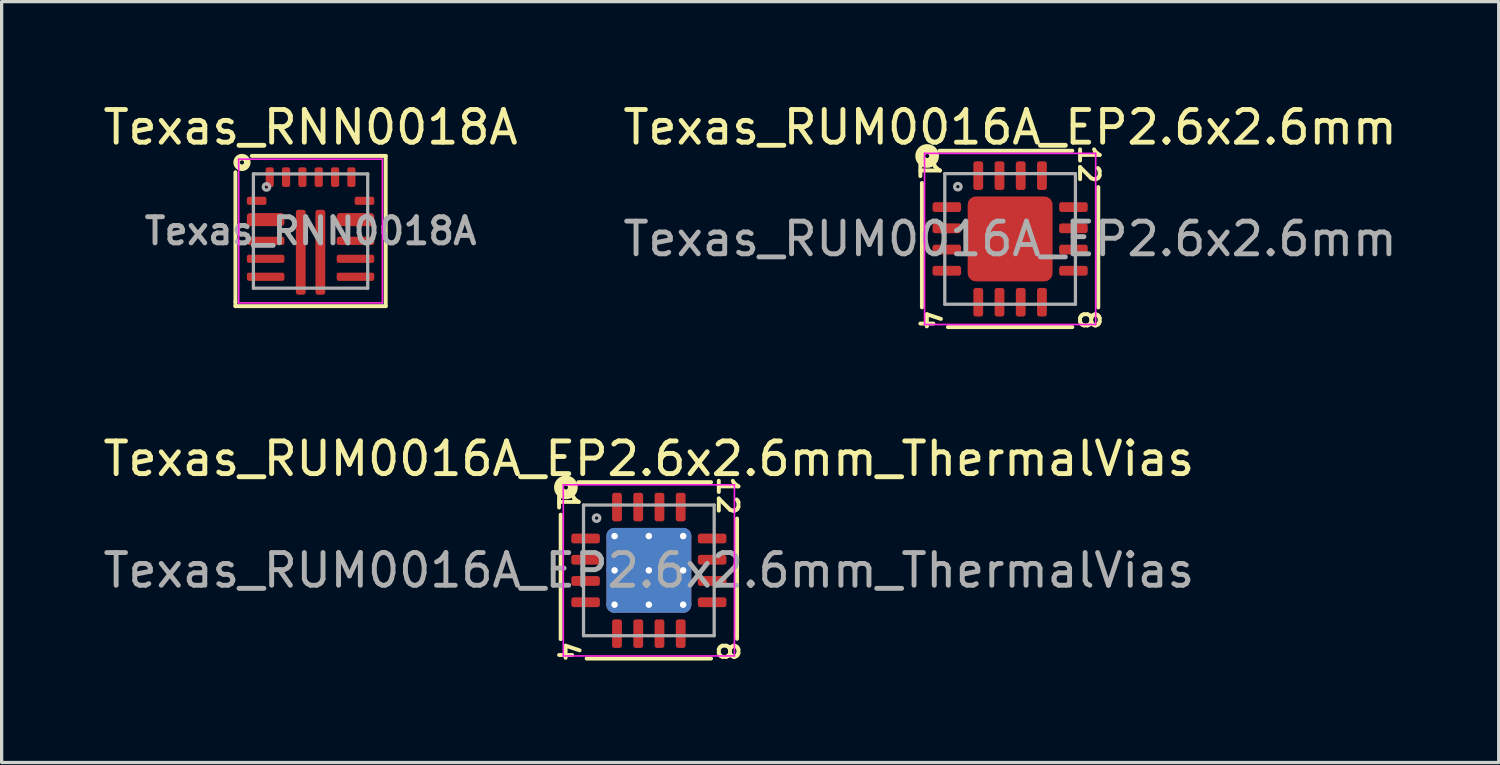
<source format=kicad_pcb>
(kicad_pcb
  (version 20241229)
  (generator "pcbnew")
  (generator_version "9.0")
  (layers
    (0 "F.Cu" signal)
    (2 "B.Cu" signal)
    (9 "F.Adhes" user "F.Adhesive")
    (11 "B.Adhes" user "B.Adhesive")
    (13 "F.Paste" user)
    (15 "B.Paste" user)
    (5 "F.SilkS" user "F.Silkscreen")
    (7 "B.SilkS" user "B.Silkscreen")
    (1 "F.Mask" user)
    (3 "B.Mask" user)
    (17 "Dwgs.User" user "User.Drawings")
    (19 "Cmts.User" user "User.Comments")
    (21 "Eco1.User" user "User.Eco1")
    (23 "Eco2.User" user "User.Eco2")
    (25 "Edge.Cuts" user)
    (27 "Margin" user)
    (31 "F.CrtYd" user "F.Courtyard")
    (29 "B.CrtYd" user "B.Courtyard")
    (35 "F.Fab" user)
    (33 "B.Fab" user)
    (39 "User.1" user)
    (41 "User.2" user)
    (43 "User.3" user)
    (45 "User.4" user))
  (footprint "Texas_RUM0016A_EP2.6x2.6mm"
    (layer "F.Cu")
    (at 27.875 4.265)
    (property "Reference" "Texas_RUM0016A_EP2.6x2.6mm" (at 0 -3.417 0) (layer "F.SilkS") (effects (font (size 1 1) (thickness 0.15))))
    (attr smd)
    (fp_line (start -2.7 -1.714) (end -2.7 2.095) (stroke (width 0.12) (type solid)) (layer "F.SilkS"))
    (fp_line (start -1.905 2.7) (end 1.905 2.7) (stroke (width 0.12) (type solid)) (layer "F.SilkS"))
    (fp_line (start 1.905 -2.7) (end -2.159 -2.7) (stroke (width 0.12) (type solid)) (layer "F.SilkS"))
    (fp_line (start 2.7 2.095) (end 2.7 -1.587) (stroke (width 0.12) (type solid)) (layer "F.SilkS"))
    (fp_circle (center -2.54 -2.54) (end -2.477 -2.54) (stroke (width 0.3) (type solid)) (fill no) (layer "F.SilkS"))
    (fp_line (start -2.62 -2.62) (end -2.62 2.62) (stroke (width 0.05) (type solid)) (layer "F.CrtYd"))
    (fp_line (start -2.62 2.62) (end 2.62 2.62) (stroke (width 0.05) (type solid)) (layer "F.CrtYd"))
    (fp_line (start 2.62 -2.62) (end -2.62 -2.62) (stroke (width 0.05) (type solid)) (layer "F.CrtYd"))
    (fp_line (start 2.62 2.62) (end 2.62 -2.62) (stroke (width 0.05) (type solid)) (layer "F.CrtYd"))
    (fp_line (start -2 -2) (end 2 -2) (stroke (width 0.1) (type solid)) (layer "F.Fab"))
    (fp_line (start -2 2) (end -2 -2) (stroke (width 0.1) (type solid)) (layer "F.Fab"))
    (fp_line (start 2 -2) (end 2 2) (stroke (width 0.1) (type solid)) (layer "F.Fab"))
    (fp_line (start 2 2) (end -2 2) (stroke (width 0.1) (type solid)) (layer "F.Fab"))
    (fp_circle (center -1.6 -1.6) (end -1.5 -1.6) (stroke (width 0.1) (type solid)) (fill no) (layer "F.Fab"))
    (fp_text user "4" (at -2.477 2.477 270) (unlocked yes) (layer "F.SilkS") (effects (font (size 0.6 0.6) (thickness 0.12))))
    (fp_text user "8" (at 2.413 2.477 270) (unlocked yes) (layer "F.SilkS") (effects (font (size 0.6 0.6) (thickness 0.12))))
    (fp_text user "1" (at -2.477 -2.095 270) (unlocked yes) (layer "F.SilkS") (effects (font (size 0.6 0.6) (thickness 0.12))))
    (fp_text user "12" (at 2.413 -2.286 270) (unlocked yes) (layer "F.SilkS") (effects (font (size 0.6 0.6) (thickness 0.12))))
    (fp_text user "${REFERENCE}" (at 0 0 0) (layer "F.Fab") (effects (font (size 1 1) (thickness 0.15))))
    (pad "" smd roundrect (at -0.65 -0.65) (size 1.05 1.05) (layers "F.Paste") (roundrect_rratio 0.238))
    (pad "" smd roundrect (at -0.65 0.65) (size 1.05 1.05) (layers "F.Paste") (roundrect_rratio 0.238))
    (pad "" smd roundrect (at 0.65 -0.65) (size 1.05 1.05) (layers "F.Paste") (roundrect_rratio 0.238))
    (pad "" smd roundrect (at 0.65 0.65) (size 1.05 1.05) (layers "F.Paste") (roundrect_rratio 0.238))
    (pad "1" smd roundrect (at -1.938 -0.975) (size 0.875 0.3) (layers "F.Cu" "F.Mask" "F.Paste") (roundrect_rratio 0.25))
    (pad "2" smd roundrect (at -1.938 -0.325) (size 0.875 0.3) (layers "F.Cu" "F.Mask" "F.Paste") (roundrect_rratio 0.25))
    (pad "3" smd roundrect (at -1.938 0.325) (size 0.875 0.3) (layers "F.Cu" "F.Mask" "F.Paste") (roundrect_rratio 0.25))
    (pad "4" smd roundrect (at -1.938 0.975) (size 0.875 0.3) (layers "F.Cu" "F.Mask" "F.Paste") (roundrect_rratio 0.25))
    (pad "5" smd roundrect (at -0.975 1.938) (size 0.3 0.875) (layers "F.Cu" "F.Mask" "F.Paste") (roundrect_rratio 0.25))
    (pad "6" smd roundrect (at -0.325 1.938) (size 0.3 0.875) (layers "F.Cu" "F.Mask" "F.Paste") (roundrect_rratio 0.25))
    (pad "7" smd roundrect (at 0.325 1.938) (size 0.3 0.875) (layers "F.Cu" "F.Mask" "F.Paste") (roundrect_rratio 0.25))
    (pad "8" smd roundrect (at 0.975 1.938) (size 0.3 0.875) (layers "F.Cu" "F.Mask" "F.Paste") (roundrect_rratio 0.25))
    (pad "9" smd roundrect (at 1.938 0.975) (size 0.875 0.3) (layers "F.Cu" "F.Mask" "F.Paste") (roundrect_rratio 0.25))
    (pad "10" smd roundrect (at 1.938 0.325) (size 0.875 0.3) (layers "F.Cu" "F.Mask" "F.Paste") (roundrect_rratio 0.25))
    (pad "11" smd roundrect (at 1.938 -0.325) (size 0.875 0.3) (layers "F.Cu" "F.Mask" "F.Paste") (roundrect_rratio 0.25))
    (pad "12" smd roundrect (at 1.938 -0.975) (size 0.875 0.3) (layers "F.Cu" "F.Mask" "F.Paste") (roundrect_rratio 0.25))
    (pad "13" smd roundrect (at 0.975 -1.938) (size 0.3 0.875) (layers "F.Cu" "F.Mask" "F.Paste") (roundrect_rratio 0.25))
    (pad "14" smd roundrect (at 0.325 -1.938) (size 0.3 0.875) (layers "F.Cu" "F.Mask" "F.Paste") (roundrect_rratio 0.25))
    (pad "15" smd roundrect (at -0.325 -1.938) (size 0.3 0.875) (layers "F.Cu" "F.Mask" "F.Paste") (roundrect_rratio 0.25))
    (pad "16" smd roundrect (at -0.975 -1.938) (size 0.3 0.875) (layers "F.Cu" "F.Mask" "F.Paste") (roundrect_rratio 0.25))
    (pad "17" smd roundrect (at 0 0) (size 2.6 2.6) (layers "F.Cu" "F.Mask") (roundrect_rratio 0.096)))
  (footprint "Texas_RUM0016A_EP2.6x2.6mm_ThermalVias"
    (layer "F.Cu")
    (at 16.815 14.412)
    (property "Reference" "Texas_RUM0016A_EP2.6x2.6mm_ThermalVias" (at 0 -3.417 0) (layer "F.SilkS") (effects (font (size 1 1) (thickness 0.15))))
    (attr smd)
    (fp_line (start -2.7 -1.705) (end -2.7 2.105) (stroke (width 0.12) (type solid)) (layer "F.SilkS"))
    (fp_line (start -1.905 2.7) (end 1.905 2.7) (stroke (width 0.12) (type solid)) (layer "F.SilkS"))
    (fp_line (start 1.905 -2.7) (end -2.159 -2.7) (stroke (width 0.12) (type solid)) (layer "F.SilkS"))
    (fp_line (start 2.7 2.095) (end 2.7 -1.587) (stroke (width 0.12) (type solid)) (layer "F.SilkS"))
    (fp_circle (center -2.54 -2.54) (end -2.477 -2.54) (stroke (width 0.3) (type solid)) (fill no) (layer "F.SilkS"))
    (fp_line (start -2.62 -2.62) (end -2.62 2.62) (stroke (width 0.05) (type solid)) (layer "F.CrtYd"))
    (fp_line (start -2.62 2.62) (end 2.62 2.62) (stroke (width 0.05) (type solid)) (layer "F.CrtYd"))
    (fp_line (start 2.62 -2.62) (end -2.62 -2.62) (stroke (width 0.05) (type solid)) (layer "F.CrtYd"))
    (fp_line (start 2.62 2.62) (end 2.62 -2.62) (stroke (width 0.05) (type solid)) (layer "F.CrtYd"))
    (fp_line (start -2 -2) (end 2 -2) (stroke (width 0.1) (type solid)) (layer "F.Fab"))
    (fp_line (start -2 2) (end -2 -2) (stroke (width 0.1) (type solid)) (layer "F.Fab"))
    (fp_line (start 2 -2) (end 2 2) (stroke (width 0.1) (type solid)) (layer "F.Fab"))
    (fp_line (start 2 2) (end -2 2) (stroke (width 0.1) (type solid)) (layer "F.Fab"))
    (fp_circle (center -1.6 -1.6) (end -1.5 -1.6) (stroke (width 0.1) (type solid)) (fill no) (layer "F.Fab"))
    (fp_text user "4" (at -2.477 2.477 270) (unlocked yes) (layer "F.SilkS") (effects (font (size 0.6 0.6) (thickness 0.12))))
    (fp_text user "12" (at 2.413 -2.286 270) (unlocked yes) (layer "F.SilkS") (effects (font (size 0.6 0.6) (thickness 0.12))))
    (fp_text user "1" (at -2.477 -2.095 270) (unlocked yes) (layer "F.SilkS") (effects (font (size 0.6 0.6) (thickness 0.12))))
    (fp_text user "8" (at 2.413 2.477 270) (unlocked yes) (layer "F.SilkS") (effects (font (size 0.6 0.6) (thickness 0.12))))
    (fp_text user "${REFERENCE}" (at 0 0 0) (layer "F.Fab") (effects (font (size 1 1) (thickness 0.15))))
    (pad "" smd roundrect (at -0.65 -0.65) (size 1.09 1.09) (layers "F.Paste") (roundrect_rratio 0.229))
    (pad "" smd roundrect (at -0.65 0.65) (size 1.09 1.09) (layers "F.Paste") (roundrect_rratio 0.229))
    (pad "" smd roundrect (at 0.65 -0.65) (size 1.09 1.09) (layers "F.Paste") (roundrect_rratio 0.229))
    (pad "" smd roundrect (at 0.65 0.65) (size 1.09 1.09) (layers "F.Paste") (roundrect_rratio 0.229))
    (pad "1" smd roundrect (at -1.938 -0.975) (size 0.875 0.3) (layers "F.Cu" "F.Mask" "F.Paste") (roundrect_rratio 0.25))
    (pad "2" smd roundrect (at -1.938 -0.325) (size 0.875 0.3) (layers "F.Cu" "F.Mask" "F.Paste") (roundrect_rratio 0.25))
    (pad "3" smd roundrect (at -1.938 0.325) (size 0.875 0.3) (layers "F.Cu" "F.Mask" "F.Paste") (roundrect_rratio 0.25))
    (pad "4" smd roundrect (at -1.938 0.975) (size 0.875 0.3) (layers "F.Cu" "F.Mask" "F.Paste") (roundrect_rratio 0.25))
    (pad "5" smd roundrect (at -0.975 1.938) (size 0.3 0.875) (layers "F.Cu" "F.Mask" "F.Paste") (roundrect_rratio 0.25))
    (pad "6" smd roundrect (at -0.325 1.938) (size 0.3 0.875) (layers "F.Cu" "F.Mask" "F.Paste") (roundrect_rratio 0.25))
    (pad "7" smd roundrect (at 0.325 1.938) (size 0.3 0.875) (layers "F.Cu" "F.Mask" "F.Paste") (roundrect_rratio 0.25))
    (pad "8" smd roundrect (at 0.975 1.938) (size 0.3 0.875) (layers "F.Cu" "F.Mask" "F.Paste") (roundrect_rratio 0.25))
    (pad "9" smd roundrect (at 1.938 0.975) (size 0.875 0.3) (layers "F.Cu" "F.Mask" "F.Paste") (roundrect_rratio 0.25))
    (pad "10" smd roundrect (at 1.938 0.325) (size 0.875 0.3) (layers "F.Cu" "F.Mask" "F.Paste") (roundrect_rratio 0.25))
    (pad "11" smd roundrect (at 1.938 -0.325) (size 0.875 0.3) (layers "F.Cu" "F.Mask" "F.Paste") (roundrect_rratio 0.25))
    (pad "12" smd roundrect (at 1.938 -0.975) (size 0.875 0.3) (layers "F.Cu" "F.Mask" "F.Paste") (roundrect_rratio 0.25))
    (pad "13" smd roundrect (at 0.975 -1.938) (size 0.3 0.875) (layers "F.Cu" "F.Mask" "F.Paste") (roundrect_rratio 0.25))
    (pad "14" smd roundrect (at 0.325 -1.938) (size 0.3 0.875) (layers "F.Cu" "F.Mask" "F.Paste") (roundrect_rratio 0.25))
    (pad "15" smd roundrect (at -0.325 -1.938) (size 0.3 0.875) (layers "F.Cu" "F.Mask" "F.Paste") (roundrect_rratio 0.25))
    (pad "16" smd roundrect (at -0.975 -1.938) (size 0.3 0.875) (layers "F.Cu" "F.Mask" "F.Paste") (roundrect_rratio 0.25))
    (pad "17" thru_hole circle (at -1.05 -1.05) (size 0.5 0.5) (drill 0.2) (property pad_prop_heatsink) (layers "*.Cu"))
    (pad "17" thru_hole circle (at -1.05 0) (size 0.5 0.5) (drill 0.2) (property pad_prop_heatsink) (layers "*.Cu"))
    (pad "17" thru_hole circle (at -1.05 1.05) (size 0.5 0.5) (drill 0.2) (property pad_prop_heatsink) (layers "*.Cu"))
    (pad "17" thru_hole circle (at 0 -1.05) (size 0.5 0.5) (drill 0.2) (property pad_prop_heatsink) (layers "*.Cu"))
    (pad "17" thru_hole circle (at 0 0) (size 0.5 0.5) (drill 0.2) (property pad_prop_heatsink) (layers "*.Cu"))
    (pad "17" smd roundrect (at 0 0) (size 2.6 2.6) (layers "F.Cu" "F.Mask") (roundrect_rratio 0.096))
    (pad "17" smd roundrect (at 0 0) (size 2.6 2.6) (layers "B.Cu" "B.Mask") (roundrect_rratio 0.096))
    (pad "17" thru_hole circle (at 0 1.05) (size 0.5 0.5) (drill 0.2) (property pad_prop_heatsink) (layers "*.Cu"))
    (pad "17" thru_hole circle (at 1.05 -1.05) (size 0.5 0.5) (drill 0.2) (property pad_prop_heatsink) (layers "*.Cu"))
    (pad "17" thru_hole circle (at 1.05 0) (size 0.5 0.5) (drill 0.2) (property pad_prop_heatsink) (layers "*.Cu"))
    (pad "17" thru_hole circle (at 1.05 1.05) (size 0.5 0.5) (drill 0.2) (property pad_prop_heatsink) (layers "*.Cu")))
  (footprint "Texas_RNN0018A"
    (layer "F.Cu")
    (at 6.458 4.023)
    (property "Reference" "Texas_RNN0018A" (at 0 -3.175 0) (layer "F.SilkS") (effects (font (size 1 1) (thickness 0.15))))
    (attr smd)
    (fp_line (start -2.3 -1.8) (end -2.3 2.159) (stroke (width 0.12) (type solid)) (layer "F.SilkS"))
    (fp_line (start -2.3 2.168) (end -2.3 2.3) (stroke (width 0.12) (type solid)) (layer "F.SilkS"))
    (fp_line (start -2.3 2.3) (end 2.3 2.3) (stroke (width 0.12) (type solid)) (layer "F.SilkS"))
    (fp_line (start 2.3 -2.3) (end -1.8 -2.3) (stroke (width 0.12) (type solid)) (layer "F.SilkS"))
    (fp_line (start 2.3 2.3) (end 2.3 -2.3) (stroke (width 0.12) (type solid)) (layer "F.SilkS"))
    (fp_circle (center -2.1 -2.1) (end -2.037 -2.1) (stroke (width 0.2) (type solid)) (fill no) (layer "F.SilkS"))
    (fp_line (start -2.2 -2.2) (end 2.2 -2.2) (stroke (width 0.05) (type solid)) (layer "F.CrtYd"))
    (fp_line (start -2.2 2.2) (end -2.2 -2.2) (stroke (width 0.05) (type solid)) (layer "F.CrtYd"))
    (fp_line (start 2.2 -2.2) (end 2.2 2.2) (stroke (width 0.05) (type solid)) (layer "F.CrtYd"))
    (fp_line (start 2.2 2.2) (end -2.2 2.2) (stroke (width 0.05) (type solid)) (layer "F.CrtYd"))
    (fp_line (start -1.75 -1.75) (end 1.75 -1.75) (stroke (width 0.1) (type solid)) (layer "F.Fab"))
    (fp_line (start -1.75 1.75) (end -1.75 -1.75) (stroke (width 0.1) (type solid)) (layer "F.Fab"))
    (fp_line (start 1.75 -1.75) (end 1.75 1.75) (stroke (width 0.1) (type solid)) (layer "F.Fab"))
    (fp_line (start 1.75 1.75) (end -1.75 1.75) (stroke (width 0.1) (type solid)) (layer "F.Fab"))
    (fp_circle (center -1.35 -1.35) (end -1.25 -1.35) (stroke (width 0.1) (type solid)) (fill no) (layer "F.Fab"))
    (fp_text user "${REFERENCE}" (at 0 0 0) (layer "F.Fab") (effects (font (size 0.8 0.8) (thickness 0.15))))
    (pad "" smd roundrect (at -1.375 -0.35) (size 1.15 0.36) (layers "F.Paste") (roundrect_rratio 0.25))
    (pad "" smd roundrect (at -0.3 -0.282) (size 0.3 0.733) (layers "F.Paste") (roundrect_rratio 0.25))
    (pad "" smd roundrect (at -0.3 0.651) (size 0.3 0.733) (layers "F.Paste") (roundrect_rratio 0.25))
    (pad "" smd roundrect (at -0.3 1.585) (size 0.3 0.733) (layers "F.Paste") (roundrect_rratio 0.25))
    (pad "" smd roundrect (at 0.3 -0.282) (size 0.3 0.733) (layers "F.Paste") (roundrect_rratio 0.25))
    (pad "" smd roundrect (at 0.3 0.651) (size 0.3 0.733) (layers "F.Paste") (roundrect_rratio 0.25))
    (pad "" smd roundrect (at 0.3 1.585) (size 0.3 0.733) (layers "F.Paste") (roundrect_rratio 0.25))
    (pad "" smd roundrect (at 1.375 -0.35) (size 1.15 0.36) (layers "F.Paste") (roundrect_rratio 0.25))
    (pad "1" smd roundrect (at -1.65 -0.925) (size 0.6 0.25) (layers "F.Cu" "F.Mask" "F.Paste") (roundrect_rratio 0.25))
    (pad "2" smd roundrect (at -1.375 -0.35) (size 1.15 0.4) (layers "F.Cu" "F.Mask") (roundrect_rratio 0.25))
    (pad "3" smd roundrect (at -1.375 0.3) (size 1.15 0.25) (layers "F.Cu" "F.Mask" "F.Paste") (roundrect_rratio 0.25))
    (pad "4" smd roundrect (at -1.375 0.85) (size 1.15 0.25) (layers "F.Cu" "F.Mask" "F.Paste") (roundrect_rratio 0.25))
    (pad "5" smd roundrect (at -1.375 1.4) (size 1.15 0.25) (layers "F.Cu" "F.Mask" "F.Paste") (roundrect_rratio 0.25))
    (pad "6" smd roundrect (at -0.3 0.65) (size 0.3 2.6) (layers "F.Cu" "F.Mask") (roundrect_rratio 0.25))
    (pad "7" smd roundrect (at 0.3 0.65) (size 0.3 2.6) (layers "F.Cu" "F.Mask") (roundrect_rratio 0.25))
    (pad "8" smd roundrect (at 1.375 1.4) (size 1.15 0.25) (layers "F.Cu" "F.Mask" "F.Paste") (roundrect_rratio 0.25))
    (pad "9" smd roundrect (at 1.375 0.85) (size 1.15 0.25) (layers "F.Cu" "F.Mask" "F.Paste") (roundrect_rratio 0.25))
    (pad "10" smd roundrect (at 1.375 0.3) (size 1.15 0.25) (layers "F.Cu" "F.Mask" "F.Paste") (roundrect_rratio 0.25))
    (pad "11" smd roundrect (at 1.375 -0.35) (size 1.15 0.4) (layers "F.Cu" "F.Mask") (roundrect_rratio 0.25))
    (pad "12" smd roundrect (at 1.65 -0.925) (size 0.6 0.25) (layers "F.Cu" "F.Mask" "F.Paste") (roundrect_rratio 0.25))
    (pad "13" smd roundrect (at 1.25 -1.65) (size 0.25 0.6) (layers "F.Cu" "F.Mask" "F.Paste") (roundrect_rratio 0.25))
    (pad "14" smd roundrect (at 0.75 -1.65) (size 0.25 0.6) (layers "F.Cu" "F.Mask" "F.Paste") (roundrect_rratio 0.25))
    (pad "15" smd roundrect (at 0.25 -1.65) (size 0.25 0.6) (layers "F.Cu" "F.Mask" "F.Paste") (roundrect_rratio 0.25))
    (pad "16" smd roundrect (at -0.25 -1.65) (size 0.25 0.6) (layers "F.Cu" "F.Mask" "F.Paste") (roundrect_rratio 0.25))
    (pad "17" smd roundrect (at -0.75 -1.65) (size 0.25 0.6) (layers "F.Cu" "F.Mask" "F.Paste") (roundrect_rratio 0.25))
    (pad "18" smd roundrect (at -1.25 -1.65) (size 0.25 0.6) (layers "F.Cu" "F.Mask" "F.Paste") (roundrect_rratio 0.25)))
  (gr_rect
    (start -3 -3)
    (end 42.833 20.294)
    (stroke (width 0.1) (type default))
    (fill no)
    (layer "Edge.Cuts")))
</source>
